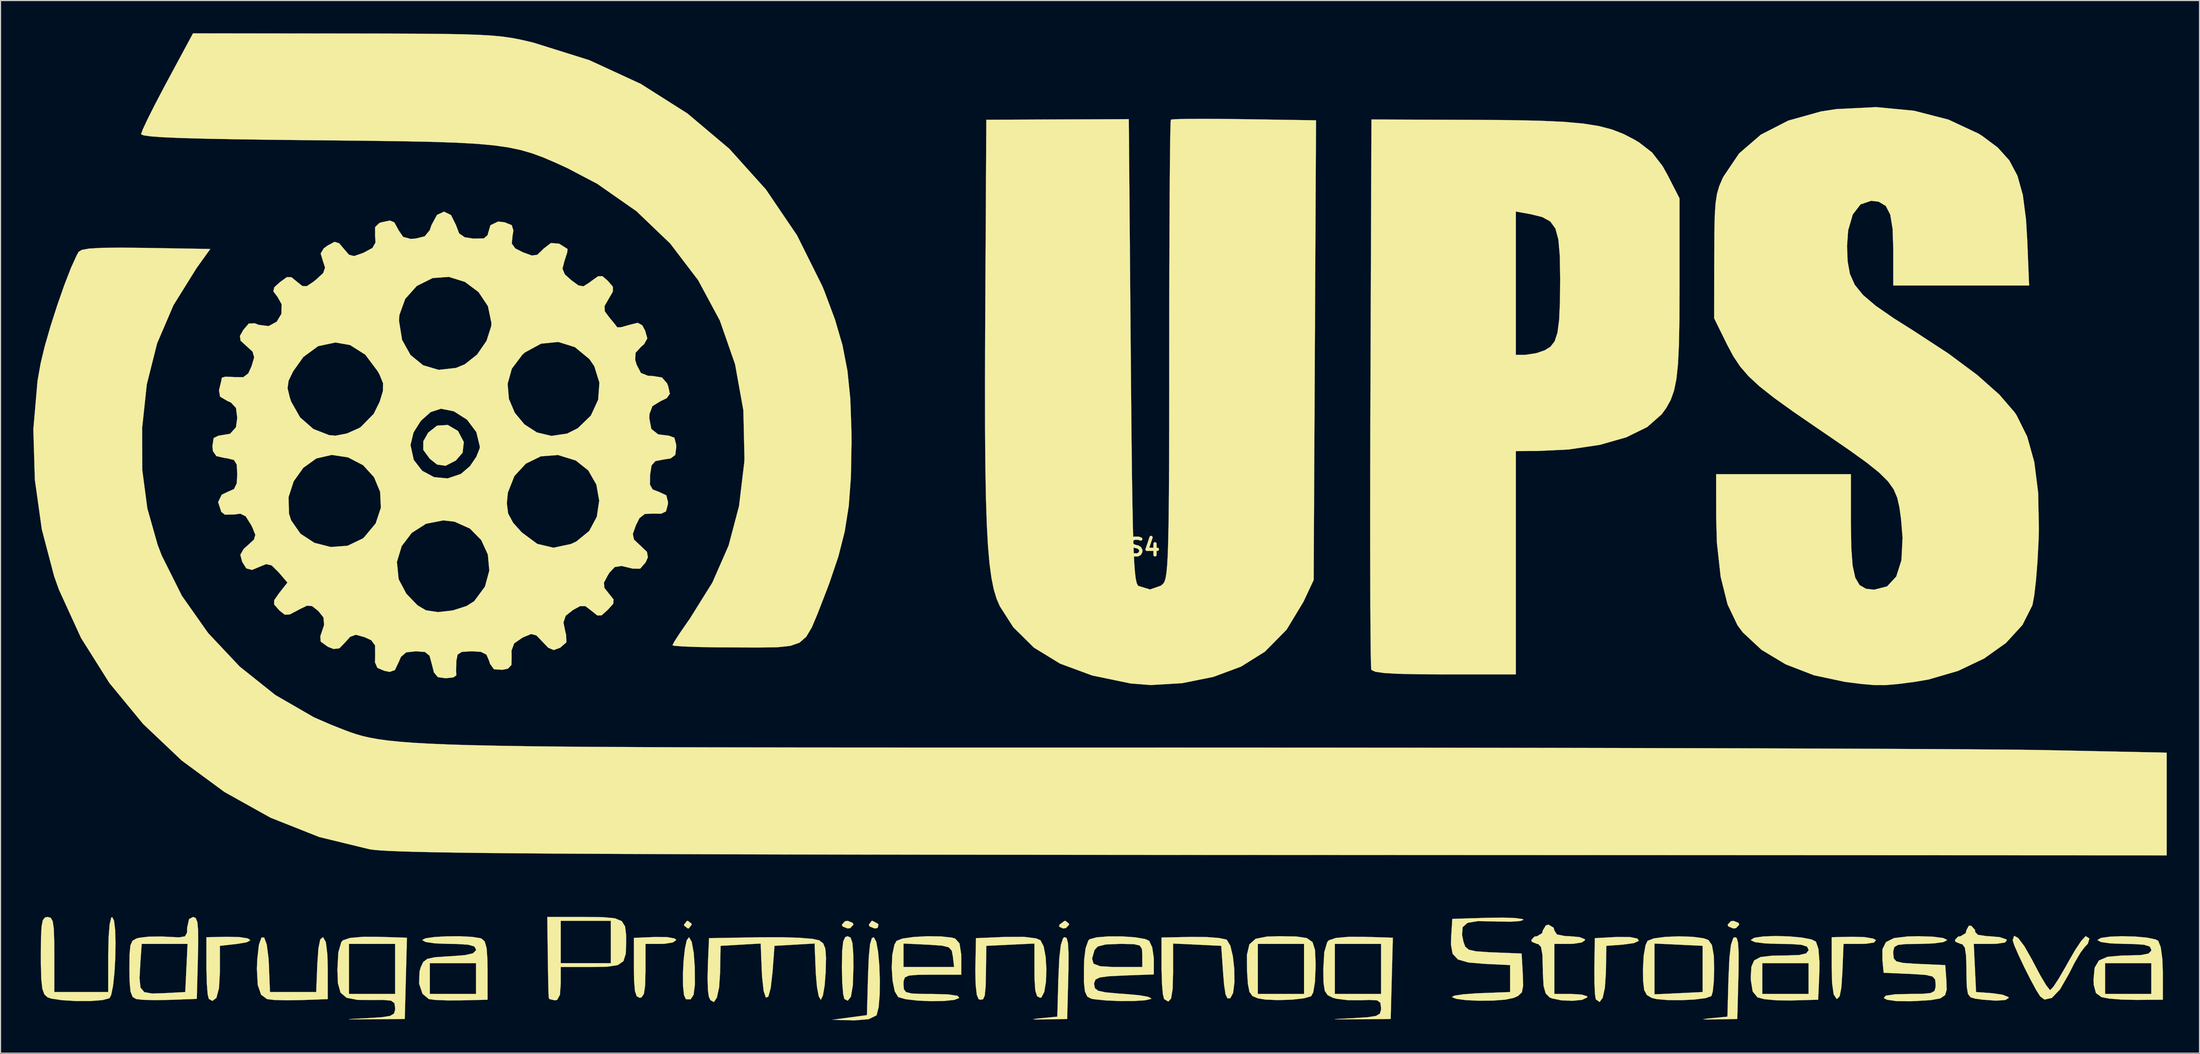
<source format=kicad_pcb>
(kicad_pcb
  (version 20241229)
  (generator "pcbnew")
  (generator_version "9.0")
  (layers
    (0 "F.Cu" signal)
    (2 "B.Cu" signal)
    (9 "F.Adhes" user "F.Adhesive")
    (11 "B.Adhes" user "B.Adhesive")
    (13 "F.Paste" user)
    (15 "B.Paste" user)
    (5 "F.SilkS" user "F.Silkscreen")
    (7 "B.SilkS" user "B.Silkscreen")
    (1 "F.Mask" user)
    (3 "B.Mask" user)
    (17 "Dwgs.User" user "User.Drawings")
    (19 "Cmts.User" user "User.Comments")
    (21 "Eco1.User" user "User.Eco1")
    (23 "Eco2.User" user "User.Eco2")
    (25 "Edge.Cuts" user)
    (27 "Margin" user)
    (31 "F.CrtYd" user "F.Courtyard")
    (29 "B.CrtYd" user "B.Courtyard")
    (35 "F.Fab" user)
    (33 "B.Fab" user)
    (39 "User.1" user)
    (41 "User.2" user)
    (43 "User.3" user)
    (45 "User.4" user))
  (footprint "UPS4"
    (layer "F.Cu")
    (at 100.174 47.101)
    (property "Reference" "UPS4" (at 0 0 0) (layer "F.SilkS") (effects (font (size 1.524 1.524) (thickness 0.3))))
    (attr through_hole)
    (fp_poly (pts (xy -39.874 34.488) (xy -39.864 34.572) (xy -40.132 34.915) (xy -40.217 34.925) (xy -40.559 34.657) (xy -40.569 34.572) (xy -40.301 34.23) (xy -40.217 34.219) (xy -39.874 34.488)) (stroke (width 0.01) (type solid)) (fill yes) (layer "F.SilkS"))
    (fp_poly (pts (xy -25.107 34.41) (xy -25.047 34.572) (xy -25.333 34.885) (xy -25.576 34.925) (xy -26.046 34.735) (xy -26.106 34.572) (xy -25.82 34.259) (xy -25.576 34.219) (xy -25.107 34.41)) (stroke (width 0.01) (type solid)) (fill yes) (layer "F.SilkS"))
    (fp_poly (pts (xy -22.826 34.476) (xy -22.754 34.572) (xy -22.834 34.874) (xy -23.086 34.925) (xy -23.569 34.741) (xy -23.636 34.572) (xy -23.383 34.23) (xy -23.304 34.219) (xy -22.826 34.476)) (stroke (width 0.01) (type solid)) (fill yes) (layer "F.SilkS"))
    (fp_poly (pts (xy -5.301 34.489) (xy -5.292 34.572) (xy -5.579 34.882) (xy -5.842 34.925) (xy -6.207 34.754) (xy -6.174 34.572) (xy -5.723 34.233) (xy -5.624 34.219) (xy -5.301 34.489)) (stroke (width 0.01) (type solid)) (fill yes) (layer "F.SilkS"))
    (fp_poly (pts (xy 56.032 34.41) (xy 56.092 34.572) (xy 55.806 34.885) (xy 55.562 34.925) (xy 55.093 34.735) (xy 55.033 34.572) (xy 55.319 34.259) (xy 55.562 34.219) (xy 56.032 34.41)) (stroke (width 0.01) (type solid)) (fill yes) (layer "F.SilkS"))
    (fp_poly (pts (xy -61.288 -10.673) (xy -61.262 -10.644) (xy -60.737 -9.651) (xy -60.849 -8.668) (xy -61.462 -7.958) (xy -62.407 -7.473) (xy -63.185 -7.583) (xy -63.853 -8.114) (xy -64.452 -8.93) (xy -64.445 -9.722) (xy -64.009 -10.505) (xy -63.188 -11.154) (xy -62.201 -11.214) (xy -61.288 -10.673)) (stroke (width 0.01) (type solid)) (fill yes) (layer "F.SilkS"))
    (fp_poly (pts (xy -40.101 35.727) (xy -39.86 36.147) (xy -39.678 37.157) (xy -39.583 38.447) (xy -39.566 40.026) (xy -39.685 40.99) (xy -39.963 41.42) (xy -40.393 41.408) (xy -40.569 41.027) (xy -40.657 40.179) (xy -40.666 39.059) (xy -40.605 37.859) (xy -40.486 36.774) (xy -40.318 35.998) (xy -40.111 35.724) (xy -40.101 35.727)) (stroke (width 0.01) (type solid)) (fill yes) (layer "F.SilkS"))
    (fp_poly (pts (xy -25.304 35.764) (xy -25.141 36.248) (xy -25.064 37.209) (xy -25.047 38.432) (xy -25.104 40.144) (xy -25.277 41.176) (xy -25.571 41.542) (xy -25.88 41.383) (xy -25.987 40.946) (xy -26.066 39.991) (xy -26.104 38.706) (xy -26.106 38.394) (xy -26.08 36.963) (xy -25.986 36.111) (xy -25.801 35.71) (xy -25.576 35.631) (xy -25.304 35.764)) (stroke (width 0.01) (type solid)) (fill yes) (layer "F.SilkS"))
    (fp_poly (pts (xy -81.285 35.71) (xy -80.524 35.83) (xy -80.287 36.004) (xy -80.635 36.191) (xy -81.492 36.336) (xy -83.079 36.513) (xy -83.079 38.891) (xy -83.162 40.384) (xy -83.4 41.288) (xy -83.776 41.562) (xy -84.103 41.368) (xy -84.203 40.938) (xy -84.278 39.991) (xy -84.313 38.714) (xy -84.314 38.44) (xy -84.314 35.723) (xy -82.508 35.682) (xy -81.285 35.71)) (stroke (width 0.01) (type solid)) (fill yes) (layer "F.SilkS"))
    (fp_poly (pts (xy -5.517 35.795) (xy -5.395 36.266) (xy -5.343 37.221) (xy -5.353 38.755) (xy -5.368 39.389) (xy -5.468 43.215) (xy -7.408 43.253) (xy -8.351 43.262) (xy -8.606 43.239) (xy -8.191 43.178) (xy -7.861 43.145) (xy -6.374 43) (xy -6.274 39.432) (xy -6.189 37.606) (xy -6.049 36.422) (xy -5.846 35.817) (xy -5.72 35.714) (xy -5.517 35.795)) (stroke (width 0.01) (type solid)) (fill yes) (layer "F.SilkS"))
    (fp_poly (pts (xy 55.866 35.795) (xy 55.989 36.266) (xy 56.041 37.221) (xy 56.031 38.755) (xy 56.016 39.389) (xy 55.915 43.215) (xy 53.975 43.253) (xy 53.033 43.262) (xy 52.778 43.239) (xy 53.192 43.178) (xy 53.522 43.145) (xy 55.009 43) (xy 55.109 39.432) (xy 55.195 37.606) (xy 55.334 36.422) (xy 55.538 35.817) (xy 55.663 35.714) (xy 55.866 35.795)) (stroke (width 0.01) (type solid)) (fill yes) (layer "F.SilkS"))
    (fp_poly (pts (xy 67.583 35.714) (xy 68.375 35.851) (xy 68.617 35.985) (xy 68.448 36.208) (xy 67.687 36.325) (xy 67.24 36.336) (xy 65.646 36.336) (xy 65.543 38.924) (xy 65.449 40.34) (xy 65.294 41.131) (xy 65.061 41.375) (xy 64.999 41.364) (xy 64.743 40.962) (xy 64.599 39.938) (xy 64.558 38.47) (xy 64.558 35.723) (xy 66.479 35.679) (xy 67.583 35.714)) (stroke (width 0.01) (type solid)) (fill yes) (layer "F.SilkS"))
    (fp_poly (pts (xy -42.092 35.714) (xy -41.408 35.845) (xy -41.275 35.978) (xy -41.588 36.202) (xy -42.37 36.327) (xy -42.686 36.336) (xy -44.097 36.336) (xy -44.097 38.806) (xy -44.128 40.147) (xy -44.24 40.915) (xy -44.461 41.239) (xy -44.626 41.275) (xy -44.901 41.14) (xy -45.064 40.65) (xy -45.141 39.679) (xy -45.156 38.529) (xy -45.156 35.782) (xy -43.215 35.701) (xy -42.092 35.714)) (stroke (width 0.01) (type solid)) (fill yes) (layer "F.SilkS"))
    (fp_poly (pts (xy 46.082 35.708) (xy 46.768 35.849) (xy 46.902 36.056) (xy 46.434 36.265) (xy 45.42 36.404) (xy 43.921 36.513) (xy 43.879 38.966) (xy 43.787 40.352) (xy 43.585 41.277) (xy 43.302 41.661) (xy 42.972 41.426) (xy 42.946 41.382) (xy 42.875 40.914) (xy 42.831 39.938) (xy 42.823 38.652) (xy 42.826 38.453) (xy 42.862 35.807) (xy 44.891 35.698) (xy 46.082 35.708)) (stroke (width 0.01) (type solid)) (fill yes) (layer "F.SilkS"))
    (fp_poly (pts (xy -22.961 36.124) (xy -22.791 37.043) (xy -22.678 38.29) (xy -22.628 39.68) (xy -22.646 41.023) (xy -22.739 42.134) (xy -22.912 42.823) (xy -22.96 42.898) (xy -23.657 43.237) (xy -24.956 43.343) (xy -25.179 43.339) (xy -26.988 43.286) (xy -25.4 43.074) (xy -23.812 42.862) (xy -23.712 39.221) (xy -23.638 37.476) (xy -23.526 36.362) (xy -23.363 35.809) (xy -23.183 35.722) (xy -22.961 36.124)) (stroke (width 0.01) (type solid)) (fill yes) (layer "F.SilkS"))
    (fp_poly (pts (xy -73.626 35.724) (xy -73.373 36.175) (xy -73.233 37.323) (xy -73.201 38.631) (xy -73.201 41.396) (xy -75.671 41.484) (xy -77.004 41.504) (xy -78.114 41.473) (xy -78.757 41.398) (xy -79.308 40.99) (xy -79.614 40.098) (xy -79.694 38.644) (xy -79.66 37.756) (xy -79.509 36.419) (xy -79.28 35.757) (xy -79.024 35.752) (xy -78.79 36.384) (xy -78.627 37.635) (xy -78.597 38.164) (xy -78.493 40.746) (xy -74.26 40.746) (xy -74.156 38.164) (xy -74.055 36.724) (xy -73.89 35.929) (xy -73.646 35.719) (xy -73.626 35.724)) (stroke (width 0.01) (type solid)) (fill yes) (layer "F.SilkS"))
    (fp_poly (pts (xy 7.284 35.705) (xy 8.419 35.791) (xy 9.099 35.933) (xy 9.154 35.961) (xy 9.478 36.496) (xy 9.712 37.48) (xy 9.842 38.684) (xy 9.852 39.878) (xy 9.73 40.832) (xy 9.48 41.305) (xy 9.216 41.332) (xy 9.033 40.948) (xy 8.899 40.043) (xy 8.819 39.059) (xy 8.643 36.513) (xy 4.233 36.302) (xy 4.233 38.965) (xy 4.191 40.471) (xy 4.052 41.336) (xy 3.795 41.619) (xy 3.41 41.393) (xy 3.298 40.95) (xy 3.215 39.993) (xy 3.176 38.712) (xy 3.175 38.455) (xy 3.175 35.752) (xy 5.909 35.693) (xy 7.284 35.705)) (stroke (width 0.01) (type solid)) (fill yes) (layer "F.SilkS"))
    (fp_poly (pts (xy -8.315 35.828) (xy -7.916 36.001) (xy -7.622 36.561) (xy -7.441 37.52) (xy -7.371 38.673) (xy -7.413 39.814) (xy -7.565 40.737) (xy -7.827 41.238) (xy -7.938 41.275) (xy -8.224 41.13) (xy -8.389 40.61) (xy -8.459 39.585) (xy -8.467 38.789) (xy -8.467 36.302) (xy -12.876 36.513) (xy -12.907 38.895) (xy -12.939 40.267) (xy -13.016 41.064) (xy -13.172 41.414) (xy -13.443 41.447) (xy -13.582 41.403) (xy -13.748 41.009) (xy -13.854 40.072) (xy -13.883 38.756) (xy -13.879 38.541) (xy -13.824 35.807) (xy -11.123 35.694) (xy -9.437 35.688) (xy -8.315 35.828)) (stroke (width 0.01) (type solid)) (fill yes) (layer "F.SilkS"))
    (fp_poly (pts (xy 15.498 35.653) (xy 16.473 35.796) (xy 17.008 36.171) (xy 17.235 36.892) (xy 17.285 38.072) (xy 17.286 38.47) (xy 17.228 39.828) (xy 17.072 40.773) (xy 16.883 41.13) (xy 16.212 41.323) (xy 15.106 41.446) (xy 13.835 41.487) (xy 12.668 41.435) (xy 11.994 41.322) (xy 11.507 41.118) (xy 11.227 40.738) (xy 11.083 40) (xy 11.007 38.848) (xy 10.996 37.331) (xy 11.22 36.38) (xy 11.269 36.336) (xy 11.994 36.336) (xy 11.994 40.922) (xy 16.228 40.922) (xy 16.228 36.336) (xy 11.994 36.336) (xy 11.269 36.336) (xy 11.796 35.866) (xy 12.843 35.661) (xy 13.949 35.631) (xy 15.498 35.653)) (stroke (width 0.01) (type solid)) (fill yes) (layer "F.SilkS"))
    (fp_poly (pts (xy -48.01 33.884) (xy -46.91 33.986) (xy -46.269 34.247) (xy -45.962 34.74) (xy -45.868 35.539) (xy -45.861 36.16) (xy -45.902 37.241) (xy -46.115 37.916) (xy -46.633 38.278) (xy -47.591 38.425) (xy -49.074 38.453) (xy -51.858 38.453) (xy -51.858 39.981) (xy -51.933 41.006) (xy -52.184 41.46) (xy -52.388 41.51) (xy -52.882 41.397) (xy -52.957 41.304) (xy -52.978 40.886) (xy -53.004 39.922) (xy -53.029 38.569) (xy -53.045 37.483) (xy -53.088 34.219) (xy -51.858 34.219) (xy -51.858 38.1) (xy -47.272 38.1) (xy -47.272 34.219) (xy -51.858 34.219) (xy -53.088 34.219) (xy -53.093 33.867) (xy -49.691 33.867) (xy -48.01 33.884)) (stroke (width 0.01) (type solid)) (fill yes) (layer "F.SilkS"))
    (fp_poly (pts (xy 51.832 35.684) (xy 52.839 35.821) (xy 53.269 35.976) (xy 53.593 36.441) (xy 53.76 37.395) (xy 53.799 38.587) (xy 53.762 39.799) (xy 53.666 40.717) (xy 53.545 41.117) (xy 53.018 41.303) (xy 52.02 41.431) (xy 50.782 41.493) (xy 49.537 41.483) (xy 48.518 41.393) (xy 48.066 41.28) (xy 47.628 41.016) (xy 47.596 40.956) (xy 48.331 40.956) (xy 52.74 40.746) (xy 52.74 36.513) (xy 48.331 36.302) (xy 48.331 40.956) (xy 47.596 40.956) (xy 47.388 40.568) (xy 47.289 39.751) (xy 47.272 38.711) (xy 47.337 37.428) (xy 47.509 36.456) (xy 47.696 36.054) (xy 48.272 35.83) (xy 49.312 35.692) (xy 50.577 35.642) (xy 51.832 35.684)) (stroke (width 0.01) (type solid)) (fill yes) (layer "F.SilkS"))
    (fp_poly (pts (xy 81.643 35.791) (xy 82.209 36.542) (xy 82.924 37.797) (xy 83.079 38.1) (xy 83.695 39.261) (xy 84.214 40.128) (xy 84.543 40.546) (xy 84.583 40.563) (xy 84.861 40.272) (xy 85.365 39.504) (xy 86 38.409) (xy 86.173 38.094) (xy 86.837 36.939) (xy 87.411 36.074) (xy 87.794 35.65) (xy 87.848 35.631) (xy 88.174 35.842) (xy 88.027 36.321) (xy 87.739 36.628) (xy 87.357 37.129) (xy 86.811 38.063) (xy 86.276 39.113) (xy 85.479 40.504) (xy 84.726 41.289) (xy 84.056 41.437) (xy 83.663 41.15) (xy 83.299 40.576) (xy 82.782 39.62) (xy 82.209 38.484) (xy 81.679 37.366) (xy 81.289 36.469) (xy 81.139 35.993) (xy 81.272 35.592) (xy 81.643 35.791)) (stroke (width 0.01) (type solid)) (fill yes) (layer "F.SilkS"))
    (fp_poly (pts (xy -68.636 35.683) (xy -65.947 35.769) (xy -66.146 43.215) (xy -69.144 43.241) (xy -70.527 43.252) (xy -71.222 43.25) (xy -71.25 43.231) (xy -70.627 43.192) (xy -69.585 43.138) (xy -68.263 43.054) (xy -67.496 42.933) (xy -67.136 42.723) (xy -67.031 42.369) (xy -67.028 42.221) (xy -67.093 41.764) (xy -67.403 41.537) (xy -68.132 41.469) (xy -68.897 41.477) (xy -70.473 41.466) (xy -71.476 41.275) (xy -72.032 40.801) (xy -72.271 39.94) (xy -72.319 38.684) (xy -72.23 37.095) (xy -72.009 36.336) (xy -71.261 36.336) (xy -71.261 40.922) (xy -67.028 40.922) (xy -67.028 36.336) (xy -71.261 36.336) (xy -72.009 36.336) (xy -71.962 36.178) (xy -71.822 36.01) (xy -71.167 35.789) (xy -69.944 35.68) (xy -68.636 35.683)) (stroke (width 0.01) (type solid)) (fill yes) (layer "F.SilkS"))
    (fp_poly (pts (xy -92.781 34.188) (xy -92.676 35.035) (xy -92.639 36.233) (xy -92.662 37.605) (xy -92.74 38.977) (xy -92.867 40.172) (xy -93.038 41.016) (xy -93.201 41.318) (xy -93.849 41.486) (xy -94.952 41.569) (xy -96.262 41.571) (xy -97.534 41.496) (xy -98.522 41.349) (xy -98.878 41.226) (xy -99.161 40.962) (xy -99.342 40.463) (xy -99.441 39.594) (xy -99.48 38.218) (xy -99.483 37.377) (xy -99.47 35.765) (xy -99.417 34.734) (xy -99.301 34.157) (xy -99.101 33.91) (xy -98.866 33.866) (xy -98.58 33.94) (xy -98.398 34.247) (xy -98.298 34.913) (xy -98.255 36.064) (xy -98.249 37.306) (xy -98.249 40.746) (xy -93.31 40.746) (xy -93.31 37.306) (xy -93.275 35.695) (xy -93.18 34.535) (xy -93.033 33.93) (xy -92.957 33.866) (xy -92.781 34.188)) (stroke (width 0.01) (type solid)) (fill yes) (layer "F.SilkS"))
    (fp_poly (pts (xy 21.675 35.683) (xy 24.364 35.769) (xy 24.165 43.215) (xy 21.167 43.241) (xy 19.784 43.252) (xy 19.089 43.25) (xy 19.062 43.231) (xy 19.684 43.192) (xy 20.726 43.138) (xy 22.047 43.054) (xy 22.813 42.935) (xy 23.174 42.726) (xy 23.279 42.371) (xy 23.283 42.204) (xy 23.223 41.732) (xy 22.921 41.51) (xy 22.202 41.469) (xy 21.509 41.501) (xy 20.278 41.496) (xy 19.205 41.365) (xy 18.863 41.271) (xy 18.388 41.029) (xy 18.126 40.638) (xy 18.015 39.911) (xy 17.992 38.681) (xy 18.081 37.093) (xy 18.303 36.336) (xy 19.05 36.336) (xy 19.05 40.922) (xy 23.283 40.922) (xy 23.283 36.336) (xy 19.05 36.336) (xy 18.303 36.336) (xy 18.35 36.176) (xy 18.489 36.01) (xy 19.144 35.789) (xy 20.367 35.68) (xy 21.675 35.683)) (stroke (width 0.01) (type solid)) (fill yes) (layer "F.SilkS"))
    (fp_poly (pts (xy -29.984 35.774) (xy -28.788 35.873) (xy -28.168 36.013) (xy -27.812 36.293) (xy -27.62 36.77) (xy -27.559 37.613) (xy -27.59 38.914) (xy -27.685 40.15) (xy -27.84 41.053) (xy -28.024 41.447) (xy -28.046 41.451) (xy -28.23 41.128) (xy -28.389 40.273) (xy -28.494 39.063) (xy -28.503 38.876) (xy -28.607 36.3) (xy -32.279 36.513) (xy -32.456 38.899) (xy -32.626 40.385) (xy -32.844 41.171) (xy -33.072 41.258) (xy -33.275 40.646) (xy -33.418 39.338) (xy -33.442 38.876) (xy -33.546 36.3) (xy -37.218 36.513) (xy -37.26 38.966) (xy -37.353 40.328) (xy -37.555 41.254) (xy -37.831 41.668) (xy -38.144 41.491) (xy -38.294 41.181) (xy -38.377 40.588) (xy -38.409 39.524) (xy -38.382 38.241) (xy -38.276 35.807) (xy -33.563 35.727) (xy -31.62 35.723) (xy -29.984 35.774)) (stroke (width 0.01) (type solid)) (fill yes) (layer "F.SilkS"))
    (fp_poly (pts (xy 39.097 34.855) (xy 39.158 35.101) (xy 39.391 35.469) (xy 40.164 35.621) (xy 40.569 35.631) (xy 41.453 35.709) (xy 41.945 35.904) (xy 41.981 35.983) (xy 41.668 36.204) (xy 40.886 36.327) (xy 40.569 36.336) (xy 39.158 36.336) (xy 39.158 40.922) (xy 40.767 40.922) (xy 41.673 40.982) (xy 42.159 41.133) (xy 42.183 41.233) (xy 41.702 41.46) (xy 40.811 41.551) (xy 39.792 41.507) (xy 38.929 41.327) (xy 38.717 41.233) (xy 38.364 40.878) (xy 38.172 40.201) (xy 38.103 39.035) (xy 38.1 38.612) (xy 38.064 37.331) (xy 37.936 36.622) (xy 37.686 36.351) (xy 37.571 36.336) (xy 37.101 36.146) (xy 37.042 35.983) (xy 37.327 35.67) (xy 37.571 35.631) (xy 38.039 35.348) (xy 38.1 35.101) (xy 38.382 34.634) (xy 38.629 34.572) (xy 39.097 34.855)) (stroke (width 0.01) (type solid)) (fill yes) (layer "F.SilkS"))
    (fp_poly (pts (xy 77.347 34.675) (xy 77.699 35.066) (xy 77.699 35.234) (xy 77.954 35.503) (xy 78.779 35.627) (xy 79.001 35.631) (xy 79.941 35.713) (xy 80.543 35.916) (xy 80.61 35.983) (xy 80.442 36.207) (xy 79.672 36.324) (xy 79.203 36.336) (xy 77.577 36.336) (xy 77.682 38.541) (xy 77.787 40.746) (xy 79.287 40.854) (xy 80.203 40.988) (xy 80.733 41.196) (xy 80.786 41.285) (xy 80.466 41.481) (xy 79.607 41.535) (xy 78.363 41.444) (xy 77.699 41.352) (xy 77.281 41.229) (xy 77.043 40.918) (xy 76.934 40.259) (xy 76.906 39.088) (xy 76.906 38.781) (xy 76.874 37.447) (xy 76.76 36.686) (xy 76.536 36.369) (xy 76.376 36.336) (xy 75.907 36.146) (xy 75.847 35.983) (xy 76.133 35.67) (xy 76.376 35.631) (xy 76.837 35.346) (xy 76.906 35.072) (xy 77.12 34.672) (xy 77.347 34.675)) (stroke (width 0.01) (type solid)) (fill yes) (layer "F.SilkS"))
    (fp_poly (pts (xy -85.295 33.963) (xy -85.146 34.331) (xy -85.075 35.086) (xy -85.068 36.346) (xy -85.096 37.62) (xy -85.196 41.374) (xy -87.665 41.465) (xy -88.998 41.489) (xy -90.109 41.461) (xy -90.752 41.39) (xy -91.076 41.193) (xy -91.265 40.72) (xy -91.351 39.821) (xy -91.357 39.475) (xy -90.442 39.475) (xy -90.355 40.333) (xy -90.003 40.757) (xy -89.284 40.882) (xy -88.254 40.851) (xy -86.254 40.746) (xy -86.149 38.541) (xy -86.044 36.336) (xy -90.243 36.336) (xy -90.365 38.049) (xy -90.442 39.475) (xy -91.357 39.475) (xy -91.369 38.61) (xy -91.355 37.267) (xy -91.277 36.466) (xy -91.086 36.046) (xy -90.733 35.844) (xy -90.501 35.779) (xy -89.631 35.673) (xy -88.429 35.657) (xy -87.855 35.684) (xy -86.807 35.735) (xy -86.281 35.642) (xy -86.098 35.318) (xy -86.078 34.837) (xy -85.905 34.057) (xy -85.537 33.867) (xy -85.295 33.963)) (stroke (width 0.01) (type solid)) (fill yes) (layer "F.SilkS"))
    (fp_poly (pts (xy 60.668 35.647) (xy 61.834 35.754) (xy 62.725 35.929) (xy 63.121 36.128) (xy 63.346 36.793) (xy 63.443 38.002) (xy 63.429 39.037) (xy 63.324 41.45) (xy 60.854 41.519) (xy 59.522 41.506) (xy 58.411 41.404) (xy 57.767 41.238) (xy 57.324 40.696) (xy 57.155 39.655) (xy 57.15 39.355) (xy 57.205 38.427) (xy 57.348 38.1) (xy 58.208 38.1) (xy 58.208 40.922) (xy 62.442 40.922) (xy 62.442 38.1) (xy 58.208 38.1) (xy 57.348 38.1) (xy 57.458 37.848) (xy 58.042 37.538) (xy 59.092 37.414) (xy 60.354 37.394) (xy 61.573 37.353) (xy 62.224 37.205) (xy 62.439 36.919) (xy 62.442 36.865) (xy 62.303 36.586) (xy 61.802 36.422) (xy 60.812 36.348) (xy 59.796 36.336) (xy 58.463 36.292) (xy 57.533 36.174) (xy 57.152 36) (xy 57.15 35.983) (xy 57.467 35.775) (xy 58.289 35.653) (xy 59.421 35.611) (xy 60.668 35.647)) (stroke (width 0.01) (type solid)) (fill yes) (layer "F.SilkS"))
    (fp_poly (pts (xy 92.351 35.661) (xy 93.45 35.761) (xy 94.239 35.928) (xy 94.474 36.054) (xy 94.705 36.639) (xy 94.854 37.75) (xy 94.897 38.964) (xy 94.896 41.451) (xy 92.45 41.468) (xy 91.1 41.438) (xy 89.95 41.345) (xy 89.276 41.214) (xy 88.767 40.84) (xy 88.564 40.087) (xy 88.547 39.593) (xy 88.647 38.522) (xy 88.892 38.1) (xy 89.606 38.1) (xy 89.606 40.922) (xy 93.839 40.922) (xy 93.839 38.1) (xy 89.606 38.1) (xy 88.892 38.1) (xy 89.031 37.86) (xy 89.826 37.516) (xy 91.157 37.399) (xy 91.616 37.394) (xy 92.88 37.357) (xy 93.573 37.224) (xy 93.828 36.964) (xy 93.839 36.865) (xy 93.694 36.578) (xy 93.171 36.413) (xy 92.143 36.344) (xy 91.369 36.336) (xy 90.103 36.289) (xy 89.227 36.165) (xy 88.9 35.984) (xy 88.9 35.983) (xy 89.217 35.789) (xy 90.032 35.672) (xy 91.145 35.63) (xy 92.351 35.661)) (stroke (width 0.01) (type solid)) (fill yes) (layer "F.SilkS"))
    (fp_poly (pts (xy -60.001 35.689) (xy -59.218 35.812) (xy -59.119 35.845) (xy -58.822 36.11) (xy -58.649 36.716) (xy -58.572 37.802) (xy -58.562 38.755) (xy -58.562 41.451) (xy -60.943 41.509) (xy -62.255 41.514) (xy -63.345 41.471) (xy -63.941 41.395) (xy -64.523 40.905) (xy -64.83 39.988) (xy -64.799 38.891) (xy -64.69 38.491) (xy -64.508 38.1) (xy -63.853 38.1) (xy -63.853 40.922) (xy -59.619 40.922) (xy -59.619 38.1) (xy -63.853 38.1) (xy -64.508 38.1) (xy -64.461 37.997) (xy -64.087 37.708) (xy -63.39 37.557) (xy -62.19 37.475) (xy -61.993 37.467) (xy -60.653 37.367) (xy -59.902 37.196) (xy -59.627 36.924) (xy -59.619 36.849) (xy -59.779 36.568) (xy -60.339 36.408) (xy -61.424 36.342) (xy -62.089 36.336) (xy -63.356 36.289) (xy -64.231 36.165) (xy -64.558 35.984) (xy -64.558 35.983) (xy -64.24 35.82) (xy -63.421 35.704) (xy -62.306 35.64) (xy -61.098 35.633) (xy -60.001 35.689)) (stroke (width 0.01) (type solid)) (fill yes) (layer "F.SilkS"))
    (fp_poly (pts (xy 35.598 33.968) (xy 36.239 34.059) (xy 36.336 34.125) (xy 36.013 34.245) (xy 35.158 34.302) (xy 33.943 34.287) (xy 33.694 34.276) (xy 32.151 34.25) (xy 31.204 34.406) (xy 30.756 34.807) (xy 30.706 35.518) (xy 30.833 36.145) (xy 30.999 36.596) (xy 31.326 36.866) (xy 31.977 37.013) (xy 33.118 37.094) (xy 33.605 37.114) (xy 36.16 37.218) (xy 36.266 39.072) (xy 36.3 40.168) (xy 36.182 40.775) (xy 35.833 41.108) (xy 35.421 41.287) (xy 34.652 41.447) (xy 33.526 41.531) (xy 32.259 41.544) (xy 31.065 41.489) (xy 30.16 41.369) (xy 29.765 41.202) (xy 30.013 41.073) (xy 30.81 40.954) (xy 31.999 40.865) (xy 32.356 40.849) (xy 35.101 40.746) (xy 35.101 38.276) (xy 32.822 38.169) (xy 31.284 38.041) (xy 30.329 37.765) (xy 29.835 37.244) (xy 29.683 36.382) (xy 29.705 35.661) (xy 29.81 34.043) (xy 33.073 33.942) (xy 34.491 33.926) (xy 35.598 33.968)) (stroke (width 0.01) (type solid)) (fill yes) (layer "F.SilkS"))
    (fp_poly (pts (xy -17.035 35.648) (xy -16.039 35.759) (xy -15.727 35.845) (xy -15.331 36.29) (xy -15.175 37.287) (xy -15.169 37.609) (xy -15.169 39.158) (xy -17.815 39.158) (xy -19.161 39.169) (xy -19.95 39.235) (xy -20.33 39.406) (xy -20.451 39.731) (xy -20.461 40.04) (xy -20.428 40.488) (xy -20.232 40.75) (xy -19.723 40.878) (xy -18.755 40.919) (xy -17.794 40.922) (xy -16.318 40.966) (xy -15.503 41.096) (xy -15.353 41.287) (xy -15.803 41.465) (xy -16.735 41.564) (xy -17.933 41.584) (xy -19.177 41.531) (xy -20.251 41.406) (xy -20.936 41.214) (xy -20.944 41.209) (xy -21.262 40.691) (xy -21.463 39.713) (xy -21.541 38.515) (xy -21.538 38.453) (xy -20.461 38.453) (xy -15.828 38.453) (xy -15.94 37.483) (xy -16.044 36.951) (xy -16.316 36.649) (xy -16.926 36.498) (xy -18.046 36.418) (xy -18.256 36.407) (xy -20.461 36.302) (xy -20.461 38.453) (xy -21.538 38.453) (xy -21.487 37.332) (xy -21.295 36.405) (xy -21.096 36.054) (xy -20.543 35.843) (xy -19.524 35.699) (xy -18.276 35.631) (xy -17.035 35.648)) (stroke (width 0.01) (type solid)) (fill yes) (layer "F.SilkS"))
    (fp_poly (pts (xy 73.856 35.675) (xy 74.772 35.795) (xy 75.14 35.971) (xy 75.142 35.983) (xy 74.815 36.164) (xy 73.941 36.289) (xy 72.675 36.336) (xy 72.672 36.336) (xy 71.382 36.35) (xy 70.643 36.426) (xy 70.303 36.619) (xy 70.207 36.982) (xy 70.203 37.202) (xy 70.248 37.663) (xy 70.487 37.933) (xy 71.077 38.075) (xy 72.174 38.153) (xy 72.584 38.172) (xy 74.965 38.276) (xy 75.072 39.73) (xy 75.097 40.521) (xy 74.951 41.03) (xy 74.509 41.329) (xy 73.645 41.486) (xy 72.235 41.571) (xy 71.737 41.591) (xy 70.499 41.579) (xy 69.63 41.454) (xy 69.335 41.299) (xy 69.507 41.079) (xy 70.36 40.954) (xy 71.593 40.922) (xy 72.89 40.909) (xy 73.635 40.834) (xy 73.98 40.644) (xy 74.079 40.286) (xy 74.083 40.056) (xy 74.038 39.595) (xy 73.799 39.325) (xy 73.209 39.183) (xy 72.112 39.105) (xy 71.702 39.086) (xy 69.321 38.982) (xy 69.209 37.812) (xy 69.214 36.812) (xy 69.534 36.165) (xy 70.276 35.8) (xy 71.547 35.649) (xy 72.539 35.631) (xy 73.856 35.675)) (stroke (width 0.01) (type solid)) (fill yes) (layer "F.SilkS"))
    (fp_poly (pts (xy -0.434 35.648) (xy 0.776 35.733) (xy 1.695 35.893) (xy 2.046 36.054) (xy 2.326 36.667) (xy 2.466 37.627) (xy 2.469 37.803) (xy 2.469 39.129) (xy -0.265 39.232) (xy -1.647 39.301) (xy -2.467 39.409) (xy -2.868 39.597) (xy -2.993 39.908) (xy -2.999 40.04) (xy -2.929 40.397) (xy -2.626 40.628) (xy -1.949 40.775) (xy -0.758 40.884) (xy -0.176 40.922) (xy 1.109 41.037) (xy 1.955 41.183) (xy 2.245 41.338) (xy 2.208 41.382) (xy 1.659 41.504) (xy 0.637 41.567) (xy -0.631 41.572) (xy -1.914 41.518) (xy -2.984 41.409) (xy -3.263 41.358) (xy -3.625 41.167) (xy -3.842 40.703) (xy -3.937 39.838) (xy -3.932 38.446) (xy -3.909 37.758) (xy -3.9 37.68) (xy -3.187 37.68) (xy -3.053 38.149) (xy -2.451 38.379) (xy -1.278 38.451) (xy -0.882 38.453) (xy 1.411 38.453) (xy 1.411 37.394) (xy 1.382 36.805) (xy 1.185 36.489) (xy 0.65 36.361) (xy -0.39 36.336) (xy -0.668 36.336) (xy -1.943 36.389) (xy -2.662 36.572) (xy -2.961 36.894) (xy -3.187 37.68) (xy -3.9 37.68) (xy -3.785 36.744) (xy -3.541 36.043) (xy -3.424 35.912) (xy -2.772 35.732) (xy -1.696 35.646) (xy -0.434 35.648)) (stroke (width 0.01) (type solid)) (fill yes) (layer "F.SilkS"))
    (fp_poly (pts (xy 31.804 -39.17) (xy 35.129 -39.146) (xy 37.841 -39.089) (xy 40.035 -38.988) (xy 41.802 -38.83) (xy 43.236 -38.602) (xy 44.43 -38.291) (xy 45.477 -37.884) (xy 46.471 -37.37) (xy 46.914 -37.106) (xy 48.111 -36.179) (xy 49.072 -34.934) (xy 49.56 -34.057) (xy 50.624 -31.977) (xy 50.624 -23.838) (xy 50.613 -20.919) (xy 50.571 -18.608) (xy 50.484 -16.808) (xy 50.339 -15.422) (xy 50.121 -14.354) (xy 49.818 -13.505) (xy 49.416 -12.779) (xy 48.981 -12.181) (xy 47.663 -11.021) (xy 45.748 -10.082) (xy 43.317 -9.388) (xy 40.452 -8.963) (xy 37.659 -8.83) (xy 35.631 -8.819) (xy 35.631 11.642) (xy 29.093 11.642) (xy 26.627 11.629) (xy 24.797 11.587) (xy 23.531 11.513) (xy 22.76 11.4) (xy 22.415 11.245) (xy 22.387 11.201) (xy 22.361 10.783) (xy 22.338 9.717) (xy 22.319 8.061) (xy 22.304 5.871) (xy 22.294 3.205) (xy 22.288 0.122) (xy 22.287 -3.323) (xy 22.291 -7.071) (xy 22.3 -11.064) (xy 22.31 -14.222) (xy 22.323 -17.639) (xy 35.631 -17.639) (xy 36.496 -17.639) (xy 37.494 -17.79) (xy 38.268 -18.052) (xy 38.801 -18.382) (xy 39.185 -18.884) (xy 39.441 -19.665) (xy 39.595 -20.833) (xy 39.669 -22.497) (xy 39.688 -24.597) (xy 39.657 -26.688) (xy 39.529 -28.188) (xy 39.254 -29.208) (xy 38.779 -29.862) (xy 38.052 -30.261) (xy 37.021 -30.517) (xy 36.953 -30.53) (xy 35.631 -30.77) (xy 35.631 -17.639) (xy 22.323 -17.639) (xy 22.401 -39.203) (xy 31.804 -39.17)) (stroke (width 0.01) (type solid)) (fill yes) (layer "F.SilkS"))
    (fp_poly (pts (xy 8.662 -39.256) (xy 10.739 -39.231) (xy 10.75 -39.231) (xy 17.326 -39.128) (xy 17.218 -18.065) (xy 17.11 2.999) (xy 16.18 4.981) (xy 14.632 7.544) (xy 12.639 9.564) (xy 10.457 10.929) (xy 7.921 11.871) (xy 5.057 12.449) (xy 2.167 12.617) (xy 0.353 12.475) (xy -3.176 11.744) (xy -6.121 10.656) (xy -8.518 9.188) (xy -10.406 7.32) (xy -11.634 5.405) (xy -11.934 4.715) (xy -12.191 3.864) (xy -12.407 2.801) (xy -12.585 1.471) (xy -12.727 -0.178) (xy -12.836 -2.199) (xy -12.914 -4.646) (xy -12.966 -7.572) (xy -12.992 -11.03) (xy -12.997 -15.073) (xy -12.981 -19.755) (xy -12.975 -21.089) (xy -12.876 -39.179) (xy -6.35 -39.207) (xy 0.176 -39.235) (xy 0.353 -18.017) (xy 0.392 -13.556) (xy 0.43 -9.75) (xy 0.468 -6.547) (xy 0.51 -3.897) (xy 0.555 -1.747) (xy 0.606 -0.048) (xy 0.664 1.253) (xy 0.732 2.206) (xy 0.81 2.862) (xy 0.901 3.272) (xy 1.006 3.488) (xy 1.058 3.535) (xy 2.122 3.858) (xy 3.112 3.513) (xy 3.326 3.326) (xy 3.443 3.149) (xy 3.542 2.833) (xy 3.626 2.327) (xy 3.695 1.576) (xy 3.75 0.528) (xy 3.793 -0.871) (xy 3.826 -2.672) (xy 3.85 -4.93) (xy 3.866 -7.697) (xy 3.875 -11.026) (xy 3.88 -14.971) (xy 3.881 -18.134) (xy 3.883 -21.908) (xy 3.89 -25.467) (xy 3.901 -28.75) (xy 3.915 -31.696) (xy 3.933 -34.242) (xy 3.954 -36.326) (xy 3.977 -37.886) (xy 4.002 -38.861) (xy 4.027 -39.188) (xy 4.409 -39.229) (xy 5.384 -39.254) (xy 6.839 -39.264) (xy 8.662 -39.256)) (stroke (width 0.01) (type solid)) (fill yes) (layer "F.SilkS"))
    (fp_poly (pts (xy -71.612 -47.08) (xy -68.089 -47.075) (xy -65.19 -47.065) (xy -62.834 -47.045) (xy -60.94 -47.013) (xy -59.425 -46.964) (xy -58.209 -46.894) (xy -57.21 -46.8) (xy -56.346 -46.677) (xy -55.538 -46.521) (xy -54.702 -46.328) (xy -54.332 -46.237) (xy -49.238 -44.639) (xy -44.535 -42.47) (xy -40.253 -39.756) (xy -36.419 -36.522) (xy -33.063 -32.791) (xy -30.214 -28.589) (xy -27.9 -23.94) (xy -27.695 -23.439) (xy -26.737 -20.874) (xy -26.049 -18.519) (xy -25.594 -16.163) (xy -25.333 -13.597) (xy -25.229 -10.612) (xy -25.224 -9.525) (xy -25.28 -6.423) (xy -25.474 -3.803) (xy -25.845 -1.448) (xy -26.431 0.857) (xy -27.269 3.328) (xy -27.694 4.437) (xy -28.346 6.119) (xy -28.865 7.349) (xy -29.372 8.197) (xy -29.987 8.734) (xy -30.831 9.03) (xy -32.024 9.154) (xy -33.687 9.179) (xy -35.815 9.172) (xy -37.751 9.161) (xy -39.413 9.129) (xy -40.687 9.08) (xy -41.454 9.02) (xy -41.628 8.971) (xy -41.437 8.608) (xy -40.931 7.828) (xy -40.212 6.786) (xy -40.045 6.552) (xy -37.971 3.228) (xy -36.484 -0.162) (xy -35.528 -3.782) (xy -35.048 -7.796) (xy -35.029 -8.13) (xy -35.131 -12.554) (xy -35.894 -16.788) (xy -37.286 -20.78) (xy -39.276 -24.48) (xy -41.832 -27.836) (xy -44.924 -30.797) (xy -48.52 -33.311) (xy -51.269 -34.754) (xy -52.438 -35.287) (xy -53.489 -35.735) (xy -54.497 -36.105) (xy -55.535 -36.406) (xy -56.678 -36.645) (xy -57.998 -36.832) (xy -59.571 -36.974) (xy -61.471 -37.079) (xy -63.77 -37.155) (xy -66.544 -37.211) (xy -69.866 -37.255) (xy -73.811 -37.295) (xy -74.348 -37.3) (xy -78.379 -37.343) (xy -81.746 -37.391) (xy -84.49 -37.444) (xy -86.651 -37.504) (xy -88.272 -37.573) (xy -89.393 -37.653) (xy -90.055 -37.744) (xy -90.3 -37.848) (xy -90.303 -37.864) (xy -90.141 -38.309) (xy -89.699 -39.249) (xy -89.04 -40.56) (xy -88.224 -42.118) (xy -87.92 -42.686) (xy -85.545 -47.096) (xy -71.612 -47.08)) (stroke (width 0.01) (type solid)) (fill yes) (layer "F.SilkS"))
    (fp_poly (pts (xy -89.952 -27.439) (xy -89.843 -27.437) (xy -83.959 -27.34) (xy -85.224 -25.576) (xy -87.331 -22.189) (xy -88.832 -18.69) (xy -89.776 -14.938) (xy -90.204 -10.936) (xy -90.189 -7.064) (xy -89.726 -3.562) (xy -88.783 -0.231) (xy -88.409 0.747) (xy -86.561 4.441) (xy -84.147 7.866) (xy -81.264 10.926) (xy -78.005 13.527) (xy -74.466 15.573) (xy -72.85 16.272) (xy -72.238 16.513) (xy -71.677 16.735) (xy -71.135 16.938) (xy -70.582 17.123) (xy -69.988 17.292) (xy -69.323 17.444) (xy -68.556 17.581) (xy -67.657 17.703) (xy -66.594 17.811) (xy -65.339 17.907) (xy -63.859 17.99) (xy -62.126 18.063) (xy -60.108 18.124) (xy -57.775 18.176) (xy -55.097 18.22) (xy -52.042 18.255) (xy -48.582 18.283) (xy -44.684 18.304) (xy -40.32 18.32) (xy -35.458 18.331) (xy -30.067 18.339) (xy -24.119 18.343) (xy -17.581 18.345) (xy -10.424 18.345) (xy -2.618 18.345) (xy 4.398 18.344) (xy 11.481 18.346) (xy 18.479 18.349) (xy 25.351 18.355) (xy 32.054 18.363) (xy 38.547 18.373) (xy 44.788 18.385) (xy 50.736 18.399) (xy 56.349 18.414) (xy 61.586 18.431) (xy 66.404 18.449) (xy 70.762 18.468) (xy 74.619 18.489) (xy 77.933 18.51) (xy 80.661 18.533) (xy 82.763 18.556) (xy 84.08 18.578) (xy 95.25 18.811) (xy 95.25 28.222) (xy 14.376 28.186) (xy 5.196 28.182) (xy -3.303 28.176) (xy -11.148 28.169) (xy -18.364 28.161) (xy -24.975 28.151) (xy -31.008 28.14) (xy -36.489 28.127) (xy -41.441 28.111) (xy -45.892 28.094) (xy -49.865 28.075) (xy -53.388 28.053) (xy -56.484 28.028) (xy -59.18 28.001) (xy -61.501 27.971) (xy -63.473 27.938) (xy -65.12 27.901) (xy -66.468 27.861) (xy -67.543 27.818) (xy -68.371 27.771) (xy -68.975 27.72) (xy -69.348 27.671) (xy -73.985 26.542) (xy -78.445 24.772) (xy -82.663 22.419) (xy -86.572 19.54) (xy -90.109 16.189) (xy -93.207 12.426) (xy -95.801 8.305) (xy -97.825 3.884) (xy -98.266 2.646) (xy -99.395 -1.65) (xy -100.033 -6.208) (xy -100.169 -10.814) (xy -99.787 -15.258) (xy -99.496 -16.894) (xy -99.122 -18.442) (xy -98.596 -20.266) (xy -97.98 -22.187) (xy -97.335 -24.03) (xy -96.719 -25.617) (xy -96.194 -26.771) (xy -96.015 -27.085) (xy -95.722 -27.258) (xy -95.05 -27.376) (xy -93.918 -27.442) (xy -92.245 -27.462) (xy -89.952 -27.439)) (stroke (width 0.01) (type solid)) (fill yes) (layer "F.SilkS"))
    (fp_poly (pts (xy 72.099 -40.008) (xy 75.262 -39.192) (xy 78.009 -37.911) (xy 78.346 -37.701) (xy 79.77 -36.637) (xy 80.829 -35.462) (xy 81.579 -34.05) (xy 82.073 -32.277) (xy 82.365 -30.015) (xy 82.475 -28.163) (xy 82.647 -23.989) (xy 70.203 -23.989) (xy 70.203 -27.286) (xy 70.14 -29.189) (xy 69.924 -30.491) (xy 69.511 -31.287) (xy 68.858 -31.673) (xy 68.172 -31.75) (xy 67.21 -31.426) (xy 66.497 -30.502) (xy 66.073 -29.053) (xy 65.969 -27.622) (xy 66.022 -26.208) (xy 66.231 -25.053) (xy 66.677 -24.056) (xy 67.439 -23.117) (xy 68.596 -22.134) (xy 70.228 -21.004) (xy 72.056 -19.849) (xy 75.266 -17.751) (xy 77.899 -15.791) (xy 79.925 -13.992) (xy 81.314 -12.379) (xy 81.505 -12.093) (xy 82.47 -10.149) (xy 83.122 -7.814) (xy 83.475 -5.008) (xy 83.542 -1.652) (xy 83.512 -0.596) (xy 83.415 1.269) (xy 83.279 2.988) (xy 83.121 4.38) (xy 82.958 5.266) (xy 82.944 5.315) (xy 82.034 7.116) (xy 80.526 8.762) (xy 78.523 10.188) (xy 76.128 11.326) (xy 73.443 12.109) (xy 72.206 12.322) (xy 70.642 12.525) (xy 69.48 12.624) (xy 68.438 12.62) (xy 67.232 12.513) (xy 65.793 12.332) (xy 62.945 11.725) (xy 60.347 10.721) (xy 58.128 9.388) (xy 56.417 7.793) (xy 55.936 7.146) (xy 55.022 5.231) (xy 54.39 2.698) (xy 54.046 -0.417) (xy 53.98 -2.734) (xy 53.975 -6.703) (xy 66.322 -6.703) (xy 66.322 -2.195) (xy 66.356 0.046) (xy 66.479 1.676) (xy 66.723 2.783) (xy 67.119 3.459) (xy 67.699 3.794) (xy 68.445 3.881) (xy 69.638 3.577) (xy 70.474 2.675) (xy 70.948 1.189) (xy 71.055 -0.867) (xy 70.912 -2.619) (xy 70.763 -3.678) (xy 70.563 -4.551) (xy 70.238 -5.315) (xy 69.716 -6.05) (xy 68.925 -6.833) (xy 67.794 -7.743) (xy 66.248 -8.857) (xy 64.217 -10.255) (xy 63.264 -10.903) (xy 61.014 -12.45) (xy 59.271 -13.705) (xy 57.945 -14.754) (xy 56.943 -15.68) (xy 56.177 -16.568) (xy 55.555 -17.501) (xy 54.986 -18.564) (xy 54.96 -18.617) (xy 53.799 -20.977) (xy 53.805 -26.628) (xy 53.815 -28.786) (xy 53.849 -30.375) (xy 53.924 -31.531) (xy 54.054 -32.389) (xy 54.254 -33.085) (xy 54.541 -33.757) (xy 54.641 -33.962) (xy 56.077 -36.092) (xy 58.068 -37.811) (xy 60.581 -39.101) (xy 63.585 -39.942) (xy 64.995 -40.157) (xy 68.637 -40.337) (xy 72.099 -40.008)) (stroke (width 0.01) (type solid)) (fill yes) (layer "F.SilkS"))
    (fp_poly (pts (xy -61.91 -30.447) (xy -61.461 -29.545) (xy -61.165 -28.764) (xy -60.646 -28.409) (xy -59.864 -28.289) (xy -58.906 -28.311) (xy -58.559 -28.6) (xy -58.556 -28.642) (xy -58.301 -29.515) (xy -57.597 -29.852) (xy -57.01 -29.787) (xy -56.345 -29.52) (xy -56.194 -29.027) (xy -56.275 -28.544) (xy -56.341 -27.833) (xy -56.026 -27.392) (xy -55.323 -27.036) (xy -54.508 -26.738) (xy -54.005 -26.808) (xy -53.492 -27.301) (xy -53.446 -27.355) (xy -52.76 -27.885) (xy -52.005 -27.822) (xy -51.231 -27.337) (xy -51.272 -26.995) (xy -51.508 -26.276) (xy -51.511 -26.268) (xy -51.7 -25.539) (xy -51.486 -25.014) (xy -50.91 -24.494) (xy -50.23 -23.995) (xy -49.78 -23.921) (xy -49.241 -24.257) (xy -49.066 -24.394) (xy -48.438 -24.84) (xy -48.034 -24.844) (xy -47.533 -24.407) (xy -47.524 -24.398) (xy -47.085 -23.881) (xy -47.081 -23.435) (xy -47.459 -22.788) (xy -47.851 -22.098) (xy -47.82 -21.623) (xy -47.411 -21.069) (xy -46.912 -20.465) (xy -46.677 -20.156) (xy -46.333 -20.168) (xy -45.603 -20.375) (xy -45.568 -20.387) (xy -44.81 -20.574) (xy -44.391 -20.347) (xy -44.134 -19.871) (xy -43.927 -19.15) (xy -44.22 -18.618) (xy -44.495 -18.379) (xy -45.007 -17.82) (xy -45.037 -17.173) (xy -44.907 -16.731) (xy -44.515 -15.982) (xy -43.858 -15.718) (xy -43.451 -15.702) (xy -42.59 -15.567) (xy -42.122 -15.034) (xy -42.014 -14.762) (xy -41.863 -14.072) (xy -42.147 -13.668) (xy -42.715 -13.394) (xy -43.459 -12.938) (xy -43.726 -12.236) (xy -43.744 -11.813) (xy -43.559 -10.847) (xy -42.932 -10.351) (xy -41.952 -10.231) (xy -41.449 -10.046) (xy -41.279 -9.381) (xy -41.275 -9.195) (xy -41.367 -8.467) (xy -41.79 -8.148) (xy -42.422 -8.048) (xy -43.187 -7.901) (xy -43.538 -7.509) (xy -43.675 -6.643) (xy -43.677 -6.626) (xy -43.687 -5.739) (xy -43.435 -5.3) (xy -42.864 -5.084) (xy -42.187 -4.767) (xy -42.031 -4.142) (xy -42.049 -3.926) (xy -42.216 -3.294) (xy -42.665 -3.076) (xy -43.319 -3.09) (xy -44.154 -3.061) (xy -44.646 -2.675) (xy -44.969 -2.032) (xy -45.254 -1.226) (xy -45.156 -0.723) (xy -44.601 -0.193) (xy -44.553 -0.154) (xy -43.96 0.417) (xy -43.876 0.909) (xy -44.08 1.379) (xy -44.587 1.959) (xy -45.274 1.951) (xy -46.288 1.706) (xy -46.907 1.804) (xy -47.386 2.312) (xy -47.533 2.54) (xy -47.905 3.243) (xy -47.857 3.718) (xy -47.454 4.228) (xy -47.019 4.776) (xy -47.052 5.174) (xy -47.547 5.723) (xy -48.11 6.227) (xy -48.508 6.243) (xy -49.042 5.816) (xy -49.606 5.385) (xy -50.089 5.387) (xy -50.73 5.737) (xy -51.405 6.27) (xy -51.61 6.887) (xy -51.415 7.844) (xy -51.365 8.004) (xy -51.341 8.701) (xy -51.907 9.198) (xy -51.907 9.198) (xy -52.507 9.412) (xy -53.006 9.2) (xy -53.505 8.678) (xy -54.091 8.069) (xy -54.566 7.941) (xy -55.262 8.226) (xy -55.38 8.287) (xy -56.124 8.8) (xy -56.367 9.459) (xy -56.356 9.975) (xy -56.372 10.773) (xy -56.701 11.12) (xy -57.226 11.223) (xy -57.976 11.172) (xy -58.344 10.663) (xy -58.411 10.429) (xy -58.666 9.83) (xy -59.18 9.574) (xy -60.01 9.525) (xy -60.905 9.575) (xy -61.305 9.823) (xy -61.421 10.411) (xy -61.425 10.495) (xy -61.442 11.304) (xy -61.425 11.73) (xy -61.699 11.918) (xy -62.402 11.994) (xy -63.112 11.897) (xy -63.475 11.466) (xy -63.653 10.76) (xy -63.879 9.93) (xy -64.298 9.59) (xy -65.122 9.525) (xy -66.014 9.623) (xy -66.494 10.035) (xy -66.715 10.547) (xy -67.053 11.248) (xy -67.532 11.413) (xy -68.016 11.316) (xy -68.655 11.045) (xy -68.876 10.54) (xy -68.857 9.85) (xy -68.868 8.985) (xy -69.217 8.512) (xy -69.829 8.23) (xy -70.628 8.009) (xy -71.151 8.201) (xy -71.581 8.681) (xy -72.135 9.254) (xy -72.672 9.314) (xy -73.183 9.116) (xy -73.849 8.636) (xy -73.881 8.139) (xy -73.538 7.114) (xy -73.59 6.433) (xy -74.06 5.842) (xy -74.089 5.816) (xy -74.635 5.385) (xy -75.097 5.343) (xy -75.795 5.68) (xy -75.934 5.76) (xy -76.69 6.152) (xy -77.146 6.169) (xy -77.605 5.807) (xy -77.685 5.727) (xy -78.106 5.242) (xy -78.105 4.838) (xy -77.672 4.214) (xy -77.619 4.148) (xy -76.895 3.227) (xy -77.717 2.271) (xy -78.341 1.655) (xy -78.846 1.539) (xy -79.286 1.716) (xy -80.139 2.07) (xy -80.663 1.931) (xy -81.033 1.34) (xy -66.865 1.34) (xy -66.71 2.892) (xy -66.692 2.947) (xy -66.002 4.248) (xy -64.969 5.318) (xy -64.206 5.767) (xy -63.1 5.933) (xy -61.744 5.779) (xy -60.477 5.37) (xy -59.784 4.928) (xy -58.802 3.597) (xy -58.404 2.128) (xy -58.537 0.658) (xy -59.147 -0.672) (xy -60.182 -1.721) (xy -61.586 -2.351) (xy -62.618 -2.469) (xy -64.197 -2.16) (xy -65.502 -1.328) (xy -66.427 -0.114) (xy -66.865 1.34) (xy -81.033 1.34) (xy -81.044 1.323) (xy -81.208 0.682) (xy -80.905 0.144) (xy -80.524 -0.196) (xy -79.961 -0.71) (xy -79.836 -1.149) (xy -80.104 -1.819) (xy -80.238 -2.08) (xy -80.72 -2.843) (xy -81.214 -3.085) (xy -81.748 -3.01) (xy -82.618 -2.992) (xy -82.952 -3.243) (xy -83.244 -4.144) (xy -83.026 -4.6) (xy -76.791 -4.6) (xy -76.75 -3.09) (xy -76.559 -2.485) (xy -75.697 -1.246) (xy -74.42 -0.413) (xy -72.919 -0.031) (xy -71.385 -0.147) (xy -70.011 -0.805) (xy -69.887 -0.905) (xy -68.814 -2.191) (xy -68.337 -3.628) (xy -68.355 -4.033) (xy -56.797 -4.033) (xy -56.676 -3.098) (xy -56.224 -2.257) (xy -55.428 -1.37) (xy -54.008 -0.319) (xy -52.523 0.033) (xy -50.93 -0.305) (xy -50.436 -0.535) (xy -49.254 -1.499) (xy -48.555 -2.805) (xy -48.337 -4.28) (xy -48.598 -5.751) (xy -49.338 -7.046) (xy -50.482 -7.956) (xy -52.117 -8.459) (xy -53.683 -8.337) (xy -55.054 -7.669) (xy -56.103 -6.533) (xy -56.704 -5.008) (xy -56.797 -4.033) (xy -68.355 -4.033) (xy -68.404 -5.084) (xy -68.963 -6.427) (xy -69.964 -7.525) (xy -71.354 -8.247) (xy -72.836 -8.467) (xy -74.244 -8.145) (xy -75.439 -7.287) (xy -76.321 -6.052) (xy -76.791 -4.6) (xy -83.026 -4.6) (xy -82.92 -4.82) (xy -82.374 -5.084) (xy -81.79 -5.339) (xy -81.539 -5.86) (xy -81.492 -6.687) (xy -81.54 -7.587) (xy -81.797 -8.004) (xy -82.429 -8.161) (xy -82.609 -8.18) (xy -83.403 -8.358) (xy -83.718 -8.81) (xy -83.768 -9.26) (xy -83.753 -9.36) (xy -65.617 -9.36) (xy -65.323 -8.014) (xy -64.552 -7.019) (xy -63.467 -6.434) (xy -62.232 -6.316) (xy -61.01 -6.724) (xy -60.18 -7.435) (xy -59.589 -8.304) (xy -59.28 -9.084) (xy -59.267 -9.217) (xy -59.59 -10.558) (xy -60.444 -11.698) (xy -61.653 -12.466) (xy -62.838 -12.7) (xy -63.779 -12.388) (xy -64.672 -11.593) (xy -65.343 -10.524) (xy -65.616 -9.392) (xy -65.617 -9.36) (xy -83.753 -9.36) (xy -83.656 -10.012) (xy -83.208 -10.231) (xy -82.148 -10.407) (xy -81.612 -11.002) (xy -81.492 -11.865) (xy -81.607 -12.768) (xy -82.063 -13.262) (xy -82.413 -13.421) (xy -83.068 -13.81) (xy -83.163 -14.384) (xy -83.123 -14.558) (xy -83.118 -14.581) (xy -76.882 -14.581) (xy -76.675 -13.721) (xy -76.547 -13.344) (xy -75.734 -11.91) (xy -74.513 -10.841) (xy -73.068 -10.281) (xy -72.496 -10.231) (xy -71.451 -10.432) (xy -70.339 -10.927) (xy -70.167 -11.036) (xy -68.991 -12.235) (xy -68.444 -13.344) (xy -68.145 -14.339) (xy -68.139 -14.981) (xy -56.724 -14.981) (xy -56.606 -13.6) (xy -56.067 -12.327) (xy -55.185 -11.268) (xy -54.039 -10.528) (xy -52.71 -10.212) (xy -51.275 -10.425) (xy -50.295 -10.917) (xy -49.102 -12.074) (xy -48.433 -13.522) (xy -48.317 -15.085) (xy -48.783 -16.587) (xy -49.235 -17.249) (xy -50.561 -18.343) (xy -52.083 -18.818) (xy -53.653 -18.663) (xy -55.124 -17.868) (xy -55.374 -17.65) (xy -56.339 -16.366) (xy -56.724 -14.981) (xy -68.139 -14.981) (xy -68.138 -15.04) (xy -68.448 -15.805) (xy -68.621 -16.127) (xy -69.764 -17.652) (xy -71.159 -18.535) (xy -72.496 -18.768) (xy -74.082 -18.433) (xy -75.437 -17.441) (xy -76.371 -16.127) (xy -76.788 -15.264) (xy -76.882 -14.581) (xy -83.118 -14.581) (xy -82.955 -15.255) (xy -82.908 -15.54) (xy -82.598 -15.635) (xy -81.851 -15.61) (xy -81.756 -15.599) (xy -80.938 -15.591) (xy -80.479 -15.944) (xy -80.181 -16.6) (xy -79.942 -17.415) (xy -80.089 -17.93) (xy -80.617 -18.413) (xy -81.188 -18.934) (xy -81.246 -19.373) (xy -80.929 -19.933) (xy -80.437 -20.505) (xy -79.897 -20.533) (xy -79.534 -20.389) (xy -78.62 -20.273) (xy -77.88 -20.673) (xy -77.823 -20.769) (xy -66.675 -20.769) (xy -66.392 -19.011) (xy -65.618 -17.625) (xy -64.463 -16.684) (xy -63.041 -16.264) (xy -61.463 -16.438) (xy -60.645 -16.774) (xy -59.523 -17.665) (xy -58.658 -18.922) (xy -58.228 -20.266) (xy -58.21 -20.567) (xy -58.529 -22.097) (xy -59.389 -23.388) (xy -60.636 -24.322) (xy -62.117 -24.781) (xy -63.591 -24.673) (xy -65.045 -23.946) (xy -66.104 -22.763) (xy -66.637 -21.292) (xy -66.675 -20.769) (xy -77.823 -20.769) (xy -77.442 -21.405) (xy -77.43 -22.28) (xy -77.804 -22.949) (xy -78.185 -23.454) (xy -78.095 -23.835) (xy -77.571 -24.308) (xy -76.951 -24.758) (xy -76.534 -24.757) (xy -76.024 -24.343) (xy -75.528 -23.945) (xy -75.117 -23.934) (xy -74.515 -24.338) (xy -74.281 -24.524) (xy -73.619 -25.134) (xy -73.448 -25.631) (xy -73.644 -26.233) (xy -73.851 -26.925) (xy -73.569 -27.396) (xy -73.205 -27.658) (xy -72.578 -27.994) (xy -72.153 -27.862) (xy -71.726 -27.352) (xy -71.251 -26.807) (xy -70.79 -26.691) (xy -70.04 -26.947) (xy -69.898 -27.007) (xy -69.109 -27.431) (xy -68.831 -27.926) (xy -68.863 -28.551) (xy -68.864 -29.342) (xy -68.478 -29.718) (xy -68.286 -29.781) (xy -67.51 -29.946) (xy -67.103 -29.778) (xy -66.754 -29.138) (xy -66.729 -29.082) (xy -66.294 -28.447) (xy -65.623 -28.264) (xy -65.173 -28.288) (xy -64.322 -28.497) (xy -63.861 -29.06) (xy -63.692 -29.545) (xy -63.198 -30.459) (xy -62.547 -30.76) (xy -61.91 -30.447)) (stroke (width 0.01) (type solid)) (fill yes) (layer "F.SilkS")))
  (gr_rect
    (start -3 -3)
    (end 198.429 93.449)
    (stroke (width 0.1) (type default))
    (fill no)
    (layer "Edge.Cuts")))
</source>
